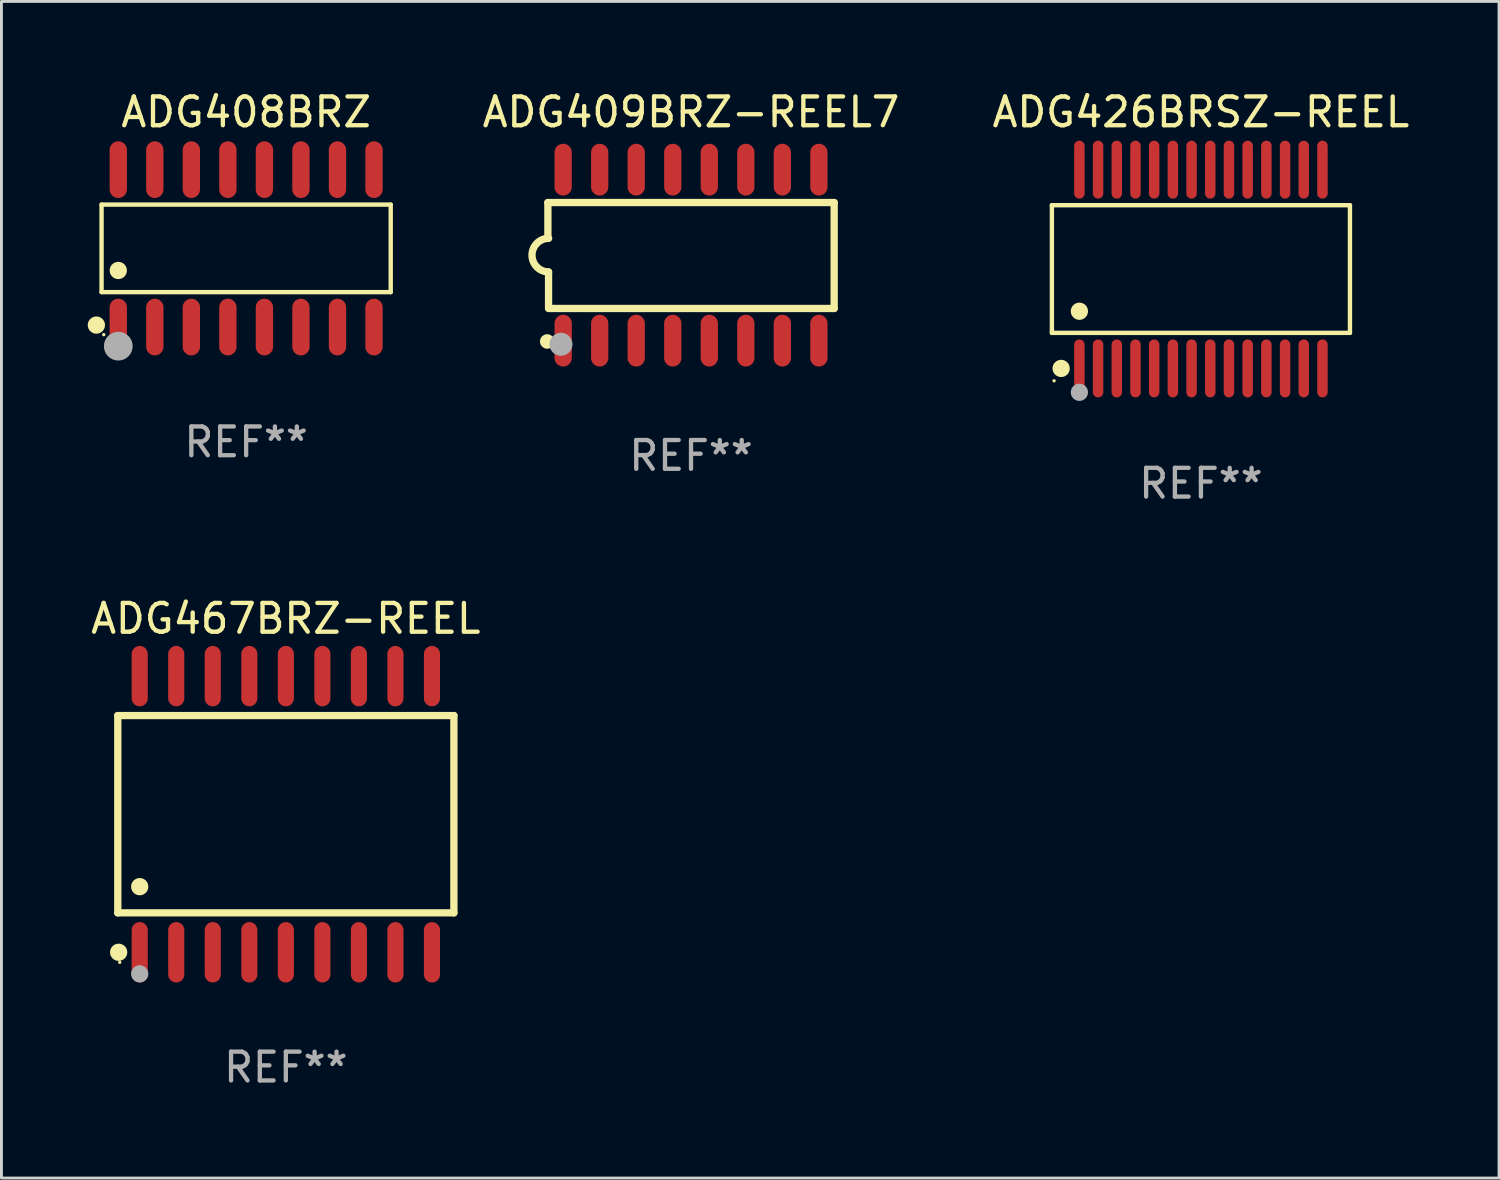
<source format=kicad_pcb>
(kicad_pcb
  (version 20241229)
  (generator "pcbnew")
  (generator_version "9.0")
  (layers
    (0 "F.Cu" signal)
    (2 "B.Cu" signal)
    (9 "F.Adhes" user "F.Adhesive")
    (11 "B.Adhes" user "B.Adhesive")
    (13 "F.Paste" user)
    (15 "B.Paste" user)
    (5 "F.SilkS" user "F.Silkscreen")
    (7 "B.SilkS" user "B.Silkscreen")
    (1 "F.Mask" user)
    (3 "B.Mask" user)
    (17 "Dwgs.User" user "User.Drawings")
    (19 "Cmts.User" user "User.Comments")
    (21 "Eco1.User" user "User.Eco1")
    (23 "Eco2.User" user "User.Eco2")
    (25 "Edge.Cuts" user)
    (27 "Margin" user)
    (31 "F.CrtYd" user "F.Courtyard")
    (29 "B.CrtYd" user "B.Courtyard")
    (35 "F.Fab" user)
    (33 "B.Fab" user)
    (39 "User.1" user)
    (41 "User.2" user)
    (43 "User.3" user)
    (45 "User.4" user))
  (footprint "ADG409BRZ-REEL7"
    (layer "F.Cu")
    (at 20.973 5.82)
    (property "Reference" "ADG409BRZ-REEL7" (at 0 -4.972 0) (layer "F.SilkS") (effects (font (size 1 1) (thickness 0.15))))
    (attr through_hole)
    (fp_line (start -4.976 -1.829) (end -4.976 -0.584) (stroke (width 0.254) (type solid)) (layer "F.SilkS"))
    (fp_line (start -4.953 0.584) (end -4.953 1.854) (stroke (width 0.254) (type solid)) (layer "F.SilkS"))
    (fp_line (start -4.928 1.854) (end 4.976 1.854) (stroke (width 0.254) (type solid)) (layer "F.SilkS"))
    (fp_line (start 4.976 -1.829) (end -4.976 -1.829) (stroke (width 0.254) (type solid)) (layer "F.SilkS"))
    (fp_line (start 4.976 1.854) (end 4.976 -1.829) (stroke (width 0.254) (type solid)) (layer "F.SilkS"))
    (fp_arc (start -4.95301 0.584201) (mid -5.533866 -0.00152) (end -4.950088 -0.584329) (stroke (width 0.254001) (type solid)) (layer "F.SilkS"))
    (fp_circle (center -5 3) (end -4.873 3) (stroke (width 0.254) (type solid)) (fill no) (layer "F.SilkS"))
    (fp_circle (center -4.521 3.099) (end -4.321 3.099) (stroke (width 0.4) (type solid)) (fill no) (layer "F.Fab"))
    (fp_text user "REF**" (at 0 6.972 0) (layer "F.Fab") (effects (font (size 1 1) (thickness 0.15))))
    (pad "1" smd oval (at -4.445 2.972 180) (size 0.6 1.8) (layers "F.Cu" "F.Mask" "F.Paste"))
    (pad "2" smd oval (at -3.175 2.972 180) (size 0.6 1.8) (layers "F.Cu" "F.Mask" "F.Paste"))
    (pad "3" smd oval (at -1.905 2.972 180) (size 0.6 1.8) (layers "F.Cu" "F.Mask" "F.Paste"))
    (pad "4" smd oval (at -0.635 2.972 180) (size 0.6 1.8) (layers "F.Cu" "F.Mask" "F.Paste"))
    (pad "5" smd oval (at 0.635 2.972 180) (size 0.6 1.8) (layers "F.Cu" "F.Mask" "F.Paste"))
    (pad "6" smd oval (at 1.905 2.972 180) (size 0.6 1.8) (layers "F.Cu" "F.Mask" "F.Paste"))
    (pad "7" smd oval (at 3.175 2.972 180) (size 0.6 1.8) (layers "F.Cu" "F.Mask" "F.Paste"))
    (pad "8" smd oval (at 4.445 2.972 180) (size 0.6 1.8) (layers "F.Cu" "F.Mask" "F.Paste"))
    (pad "9" smd oval (at 4.445 -2.972 180) (size 0.6 1.8) (layers "F.Cu" "F.Mask" "F.Paste"))
    (pad "10" smd oval (at 3.175 -2.972 180) (size 0.6 1.8) (layers "F.Cu" "F.Mask" "F.Paste"))
    (pad "11" smd oval (at 1.905 -2.972 180) (size 0.6 1.8) (layers "F.Cu" "F.Mask" "F.Paste"))
    (pad "12" smd oval (at 0.635 -2.972 180) (size 0.6 1.8) (layers "F.Cu" "F.Mask" "F.Paste"))
    (pad "13" smd oval (at -0.635 -2.972 180) (size 0.6 1.8) (layers "F.Cu" "F.Mask" "F.Paste"))
    (pad "14" smd oval (at -1.905 -2.972 180) (size 0.6 1.8) (layers "F.Cu" "F.Mask" "F.Paste"))
    (pad "15" smd oval (at -3.175 -2.972 180) (size 0.6 1.8) (layers "F.Cu" "F.Mask" "F.Paste"))
    (pad "16" smd oval (at -4.445 -2.972 180) (size 0.6 1.8) (layers "F.Cu" "F.Mask" "F.Paste")))
  (footprint "ADG426BRSZ-REEL"
    (layer "F.Cu")
    (at 38.699 6.303)
    (property "Reference" "ADG426BRSZ-REEL" (at 0 -5.455 0) (layer "F.SilkS") (effects (font (size 1 1) (thickness 0.15))))
    (attr through_hole)
    (fp_line (start -5.181 -2.219) (end 5.181 -2.219) (stroke (width 0.152) (type solid)) (layer "F.SilkS"))
    (fp_line (start -5.181 2.219) (end -5.181 -2.219) (stroke (width 0.152) (type solid)) (layer "F.SilkS"))
    (fp_line (start 5.181 -2.219) (end 5.181 2.219) (stroke (width 0.152) (type solid)) (layer "F.SilkS"))
    (fp_line (start 5.181 2.219) (end -5.181 2.219) (stroke (width 0.152) (type solid)) (layer "F.SilkS"))
    (fp_circle (center -5.105 3.885) (end -5.075 3.885) (stroke (width 0.06) (type solid)) (fill no) (layer "F.SilkS"))
    (fp_circle (center -4.859 3.455) (end -4.709 3.455) (stroke (width 0.3) (type solid)) (fill no) (layer "F.SilkS"))
    (fp_circle (center -4.225 1.467) (end -4.075 1.467) (stroke (width 0.3) (type solid)) (fill no) (layer "F.SilkS"))
    (fp_circle (center -4.225 4.285) (end -4.075 4.285) (stroke (width 0.3) (type solid)) (fill no) (layer "F.Fab"))
    (fp_text user "REF**" (at 0 7.455 0) (layer "F.Fab") (effects (font (size 1 1) (thickness 0.15))))
    (pad "1" smd oval (at -4.225 3.455) (size 0.364 2.015) (layers "F.Cu" "F.Mask" "F.Paste"))
    (pad "2" smd oval (at -3.575 3.455) (size 0.364 2.015) (layers "F.Cu" "F.Mask" "F.Paste"))
    (pad "3" smd oval (at -2.925 3.455) (size 0.364 2.015) (layers "F.Cu" "F.Mask" "F.Paste"))
    (pad "4" smd oval (at -2.275 3.455) (size 0.364 2.015) (layers "F.Cu" "F.Mask" "F.Paste"))
    (pad "5" smd oval (at -1.625 3.455) (size 0.364 2.015) (layers "F.Cu" "F.Mask" "F.Paste"))
    (pad "6" smd oval (at -0.975 3.455) (size 0.364 2.015) (layers "F.Cu" "F.Mask" "F.Paste"))
    (pad "7" smd oval (at -0.325 3.455) (size 0.364 2.015) (layers "F.Cu" "F.Mask" "F.Paste"))
    (pad "8" smd oval (at 0.325 3.455) (size 0.364 2.015) (layers "F.Cu" "F.Mask" "F.Paste"))
    (pad "9" smd oval (at 0.975 3.455) (size 0.364 2.015) (layers "F.Cu" "F.Mask" "F.Paste"))
    (pad "10" smd oval (at 1.625 3.455) (size 0.364 2.015) (layers "F.Cu" "F.Mask" "F.Paste"))
    (pad "11" smd oval (at 2.275 3.455) (size 0.364 2.015) (layers "F.Cu" "F.Mask" "F.Paste"))
    (pad "12" smd oval (at 2.925 3.455) (size 0.364 2.015) (layers "F.Cu" "F.Mask" "F.Paste"))
    (pad "13" smd oval (at 3.575 3.455) (size 0.364 2.015) (layers "F.Cu" "F.Mask" "F.Paste"))
    (pad "14" smd oval (at 4.225 3.455) (size 0.364 2.015) (layers "F.Cu" "F.Mask" "F.Paste"))
    (pad "15" smd oval (at 4.225 -3.455) (size 0.364 2.015) (layers "F.Cu" "F.Mask" "F.Paste"))
    (pad "16" smd oval (at 3.575 -3.455) (size 0.364 2.015) (layers "F.Cu" "F.Mask" "F.Paste"))
    (pad "17" smd oval (at 2.925 -3.455) (size 0.364 2.015) (layers "F.Cu" "F.Mask" "F.Paste"))
    (pad "18" smd oval (at 2.275 -3.455) (size 0.364 2.015) (layers "F.Cu" "F.Mask" "F.Paste"))
    (pad "19" smd oval (at 1.625 -3.455) (size 0.364 2.015) (layers "F.Cu" "F.Mask" "F.Paste"))
    (pad "20" smd oval (at 0.975 -3.455) (size 0.364 2.015) (layers "F.Cu" "F.Mask" "F.Paste"))
    (pad "21" smd oval (at 0.325 -3.455) (size 0.364 2.015) (layers "F.Cu" "F.Mask" "F.Paste"))
    (pad "22" smd oval (at -0.325 -3.455) (size 0.364 2.015) (layers "F.Cu" "F.Mask" "F.Paste"))
    (pad "23" smd oval (at -0.975 -3.455) (size 0.364 2.015) (layers "F.Cu" "F.Mask" "F.Paste"))
    (pad "24" smd oval (at -1.625 -3.455) (size 0.364 2.015) (layers "F.Cu" "F.Mask" "F.Paste"))
    (pad "25" smd oval (at -2.275 -3.455) (size 0.364 2.015) (layers "F.Cu" "F.Mask" "F.Paste"))
    (pad "26" smd oval (at -2.925 -3.455) (size 0.364 2.015) (layers "F.Cu" "F.Mask" "F.Paste"))
    (pad "27" smd oval (at -3.575 -3.455) (size 0.364 2.015) (layers "F.Cu" "F.Mask" "F.Paste"))
    (pad "28" smd oval (at -4.225 -3.455) (size 0.364 2.015) (layers "F.Cu" "F.Mask" "F.Paste")))
  (footprint "ADG467BRZ-REEL"
    (layer "F.Cu")
    (at 6.887 25.255)
    (property "Reference" "ADG467BRZ-REEL" (at 0 -6.8 0) (layer "F.SilkS") (effects (font (size 1 1) (thickness 0.15))))
    (attr through_hole)
    (fp_line (start -5.842 -3.429) (end -5.842 3.429) (stroke (width 0.254) (type solid)) (layer "F.SilkS"))
    (fp_line (start -5.842 3.429) (end 5.842 3.429) (stroke (width 0.254) (type solid)) (layer "F.SilkS"))
    (fp_line (start 5.842 -3.429) (end -5.842 -3.429) (stroke (width 0.254) (type solid)) (layer "F.SilkS"))
    (fp_line (start 5.842 3.429) (end 5.842 -3.429) (stroke (width 0.254) (type solid)) (layer "F.SilkS"))
    (fp_circle (center -5.812 4.8) (end -5.662 4.8) (stroke (width 0.3) (type solid)) (fill no) (layer "F.SilkS"))
    (fp_circle (center -5.775 5.15) (end -5.745 5.15) (stroke (width 0.06) (type solid)) (fill no) (layer "F.SilkS"))
    (fp_circle (center -5.08 2.519) (end -4.93 2.519) (stroke (width 0.3) (type solid)) (fill no) (layer "F.SilkS"))
    (fp_circle (center -5.08 5.55) (end -4.93 5.55) (stroke (width 0.3) (type solid)) (fill no) (layer "F.Fab"))
    (fp_text user "REF**" (at 0 8.8 0) (layer "F.Fab") (effects (font (size 1 1) (thickness 0.15))))
    (pad "1" smd oval (at -5.08 4.8) (size 0.56 2.1) (layers "F.Cu" "F.Mask" "F.Paste"))
    (pad "2" smd oval (at -3.81 4.8) (size 0.56 2.1) (layers "F.Cu" "F.Mask" "F.Paste"))
    (pad "3" smd oval (at -2.54 4.8) (size 0.56 2.1) (layers "F.Cu" "F.Mask" "F.Paste"))
    (pad "4" smd oval (at -1.27 4.8) (size 0.56 2.1) (layers "F.Cu" "F.Mask" "F.Paste"))
    (pad "5" smd oval (at 0 4.8) (size 0.56 2.1) (layers "F.Cu" "F.Mask" "F.Paste"))
    (pad "6" smd oval (at 1.27 4.8) (size 0.56 2.1) (layers "F.Cu" "F.Mask" "F.Paste"))
    (pad "7" smd oval (at 2.54 4.8) (size 0.56 2.1) (layers "F.Cu" "F.Mask" "F.Paste"))
    (pad "8" smd oval (at 3.81 4.8) (size 0.56 2.1) (layers "F.Cu" "F.Mask" "F.Paste"))
    (pad "9" smd oval (at 5.08 4.8) (size 0.56 2.1) (layers "F.Cu" "F.Mask" "F.Paste"))
    (pad "10" smd oval (at 5.08 -4.8) (size 0.56 2.1) (layers "F.Cu" "F.Mask" "F.Paste"))
    (pad "11" smd oval (at 3.81 -4.8) (size 0.56 2.1) (layers "F.Cu" "F.Mask" "F.Paste"))
    (pad "12" smd oval (at 2.54 -4.8) (size 0.56 2.1) (layers "F.Cu" "F.Mask" "F.Paste"))
    (pad "13" smd oval (at 1.27 -4.8) (size 0.56 2.1) (layers "F.Cu" "F.Mask" "F.Paste"))
    (pad "14" smd oval (at 0 -4.8) (size 0.56 2.1) (layers "F.Cu" "F.Mask" "F.Paste"))
    (pad "15" smd oval (at -1.27 -4.8) (size 0.56 2.1) (layers "F.Cu" "F.Mask" "F.Paste"))
    (pad "16" smd oval (at -2.54 -4.8) (size 0.56 2.1) (layers "F.Cu" "F.Mask" "F.Paste"))
    (pad "17" smd oval (at -3.81 -4.8) (size 0.56 2.1) (layers "F.Cu" "F.Mask" "F.Paste"))
    (pad "18" smd oval (at -5.08 -4.8) (size 0.56 2.1) (layers "F.Cu" "F.Mask" "F.Paste")))
  (footprint "ADG408BRZ"
    (layer "F.Cu")
    (at 5.507 5.584)
    (property "Reference" "ADG408BRZ" (at 0 -4.736 0) (layer "F.SilkS") (effects (font (size 1 1) (thickness 0.15))))
    (attr through_hole)
    (fp_line (start -5.026 -1.521) (end 5.026 -1.521) (stroke (width 0.152) (type solid)) (layer "F.SilkS"))
    (fp_line (start -5.026 1.521) (end -5.026 -1.521) (stroke (width 0.152) (type solid)) (layer "F.SilkS"))
    (fp_line (start 5.026 -1.521) (end 5.026 1.521) (stroke (width 0.152) (type solid)) (layer "F.SilkS"))
    (fp_line (start 5.026 1.521) (end -5.026 1.521) (stroke (width 0.152) (type solid)) (layer "F.SilkS"))
    (fp_circle (center -5.207 2.667) (end -5.057 2.667) (stroke (width 0.3) (type solid)) (fill no) (layer "F.SilkS"))
    (fp_circle (center -4.95 3) (end -4.92 3) (stroke (width 0.06) (type solid)) (fill no) (layer "F.SilkS"))
    (fp_circle (center -4.445 0.769) (end -4.295 0.769) (stroke (width 0.3) (type solid)) (fill no) (layer "F.SilkS"))
    (fp_circle (center -4.445 3.4) (end -4.195 3.4) (stroke (width 0.5) (type solid)) (fill no) (layer "F.Fab"))
    (fp_text user "REF**" (at 0 6.736 0) (layer "F.Fab") (effects (font (size 1 1) (thickness 0.15))))
    (pad "1" smd oval (at -4.445 2.736) (size 0.602 1.971) (layers "F.Cu" "F.Mask" "F.Paste"))
    (pad "2" smd oval (at -3.175 2.736) (size 0.602 1.971) (layers "F.Cu" "F.Mask" "F.Paste"))
    (pad "3" smd oval (at -1.905 2.736) (size 0.602 1.971) (layers "F.Cu" "F.Mask" "F.Paste"))
    (pad "4" smd oval (at -0.635 2.736) (size 0.602 1.971) (layers "F.Cu" "F.Mask" "F.Paste"))
    (pad "5" smd oval (at 0.635 2.736) (size 0.602 1.971) (layers "F.Cu" "F.Mask" "F.Paste"))
    (pad "6" smd oval (at 1.905 2.736) (size 0.602 1.971) (layers "F.Cu" "F.Mask" "F.Paste"))
    (pad "7" smd oval (at 3.175 2.736) (size 0.602 1.971) (layers "F.Cu" "F.Mask" "F.Paste"))
    (pad "8" smd oval (at 4.445 2.736) (size 0.602 1.971) (layers "F.Cu" "F.Mask" "F.Paste"))
    (pad "9" smd oval (at 4.445 -2.736) (size 0.602 1.971) (layers "F.Cu" "F.Mask" "F.Paste"))
    (pad "10" smd oval (at 3.175 -2.736) (size 0.602 1.971) (layers "F.Cu" "F.Mask" "F.Paste"))
    (pad "11" smd oval (at 1.905 -2.736) (size 0.602 1.971) (layers "F.Cu" "F.Mask" "F.Paste"))
    (pad "12" smd oval (at 0.635 -2.736) (size 0.602 1.971) (layers "F.Cu" "F.Mask" "F.Paste"))
    (pad "13" smd oval (at -0.635 -2.736) (size 0.602 1.971) (layers "F.Cu" "F.Mask" "F.Paste"))
    (pad "14" smd oval (at -1.905 -2.736) (size 0.602 1.971) (layers "F.Cu" "F.Mask" "F.Paste"))
    (pad "15" smd oval (at -3.175 -2.736) (size 0.602 1.971) (layers "F.Cu" "F.Mask" "F.Paste"))
    (pad "16" smd oval (at -4.445 -2.736) (size 0.602 1.971) (layers "F.Cu" "F.Mask" "F.Paste")))
  (gr_rect
    (start -3 -3)
    (end 49.062 37.904)
    (stroke (width 0.1) (type default))
    (fill no)
    (layer "Edge.Cuts")))
</source>
